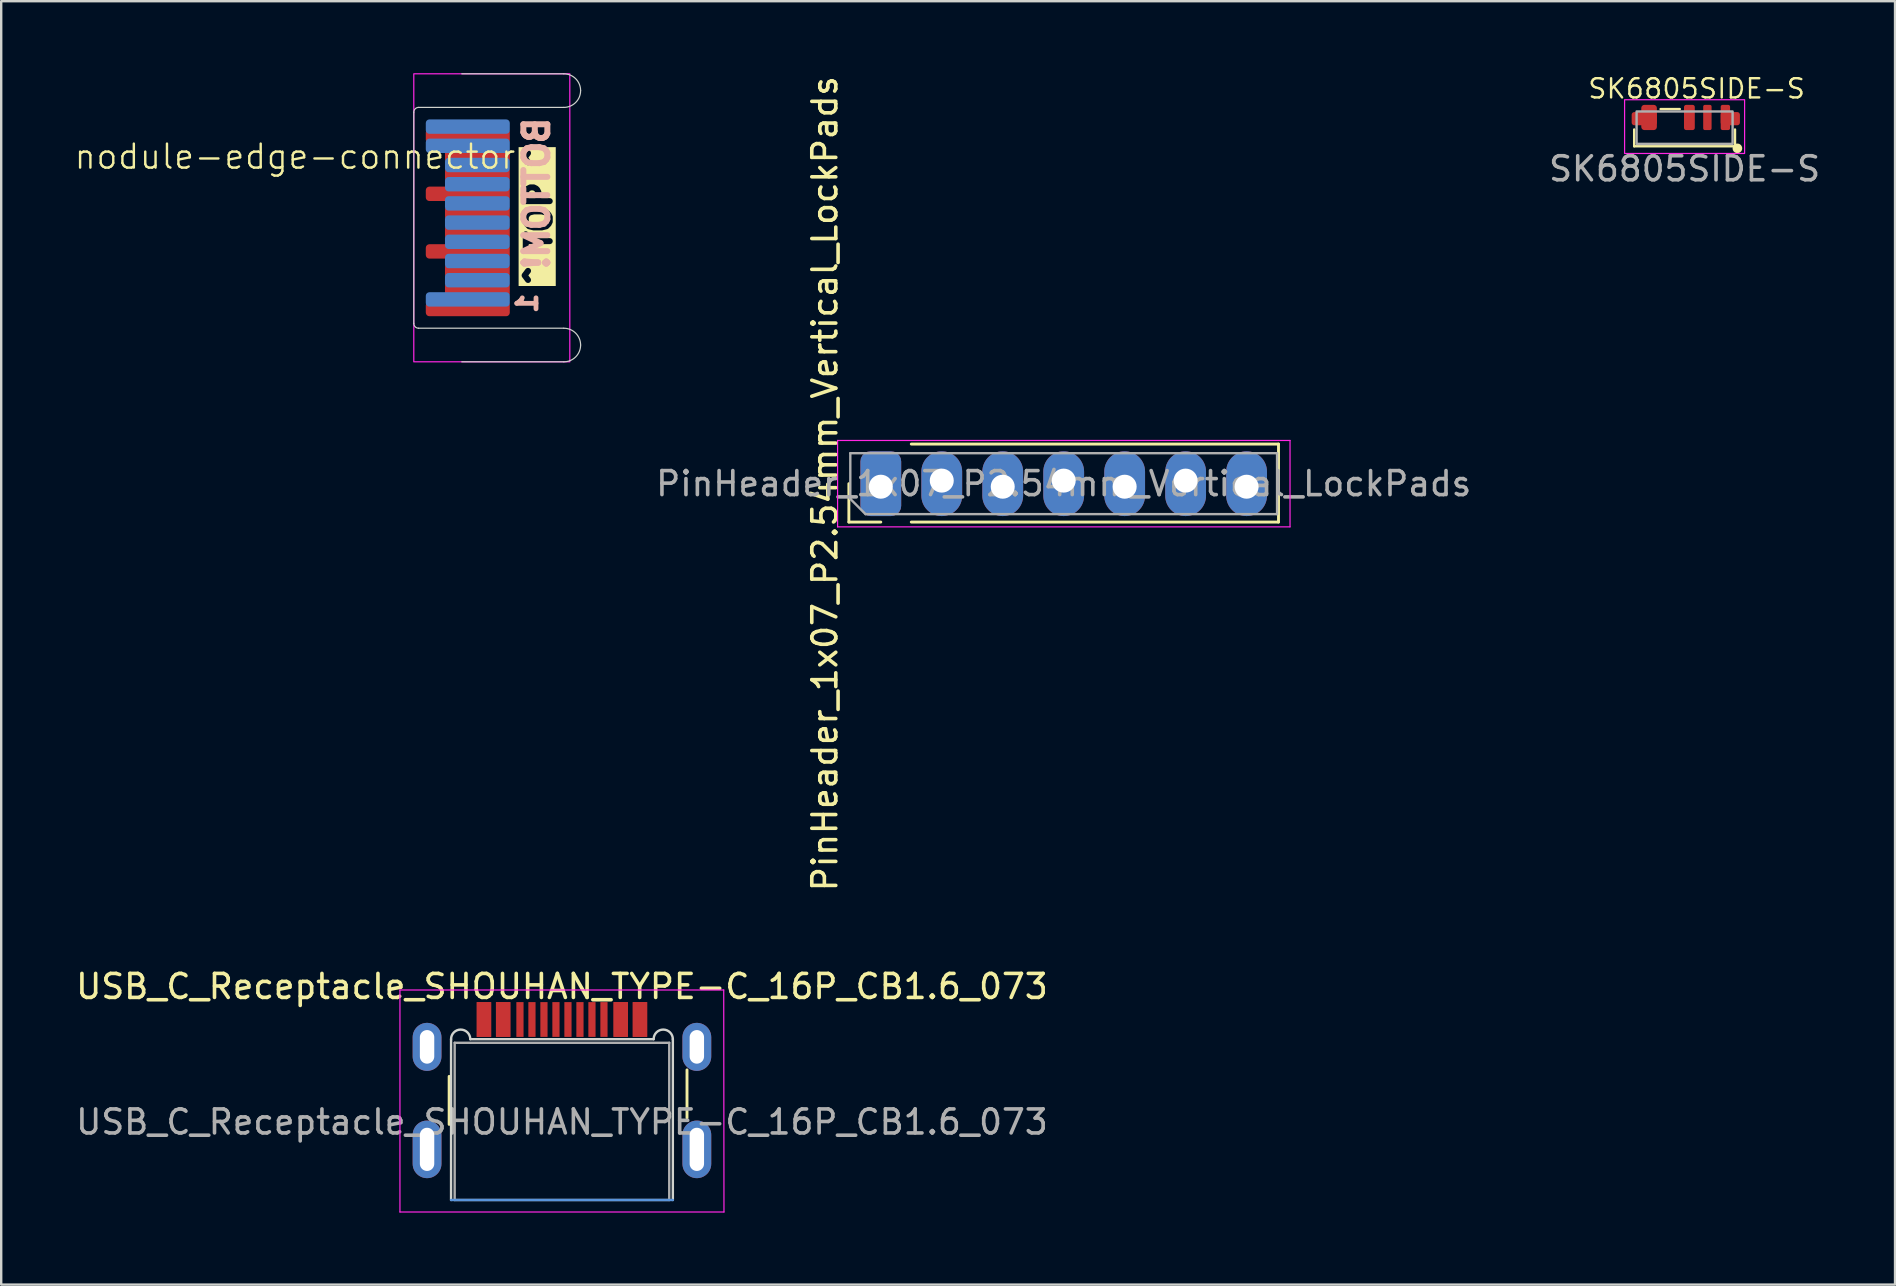
<source format=kicad_pcb>
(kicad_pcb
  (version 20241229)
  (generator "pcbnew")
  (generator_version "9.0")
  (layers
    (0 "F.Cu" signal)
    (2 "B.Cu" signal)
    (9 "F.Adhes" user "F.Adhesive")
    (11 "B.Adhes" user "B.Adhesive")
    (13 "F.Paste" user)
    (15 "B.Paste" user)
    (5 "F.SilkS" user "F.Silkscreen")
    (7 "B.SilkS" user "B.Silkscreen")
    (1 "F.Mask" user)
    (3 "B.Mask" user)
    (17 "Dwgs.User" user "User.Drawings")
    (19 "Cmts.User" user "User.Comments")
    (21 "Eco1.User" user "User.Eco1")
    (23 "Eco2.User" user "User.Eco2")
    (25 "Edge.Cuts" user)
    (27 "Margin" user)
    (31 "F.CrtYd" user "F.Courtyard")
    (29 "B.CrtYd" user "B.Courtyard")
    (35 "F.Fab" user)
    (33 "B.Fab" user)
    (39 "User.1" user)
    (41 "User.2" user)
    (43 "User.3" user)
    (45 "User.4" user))
  (footprint "PinHeader_1x07_P2.54mm_Vertical_LockPads"
    (layer "F.Cu")
    (at 41.267 17.101)
    (property "Reference" "PinHeader_1x07_P2.54mm_Vertical_LockPads" (at -9.95 0 90) (layer "F.SilkS") (effects (font (size 1 1) (thickness 0.15))))
    (attr through_hole)
    (fp_line (start -8.95 1.6) (end -8.95 0) (stroke (width 0.12) (type solid)) (layer "F.SilkS"))
    (fp_line (start -7.62 1.6) (end -8.95 1.6) (stroke (width 0.12) (type solid)) (layer "F.SilkS"))
    (fp_line (start -6.35 -1.65) (end 8.95 -1.65) (stroke (width 0.12) (type solid)) (layer "F.SilkS"))
    (fp_line (start -6.35 1.6) (end 8.95 1.6) (stroke (width 0.12) (type solid)) (layer "F.SilkS"))
    (fp_line (start 8.95 1.6) (end 8.95 -1.65) (stroke (width 0.12) (type solid)) (layer "F.SilkS"))
    (fp_line (start -9.42 -1.8) (end -9.42 1.8) (stroke (width 0.05) (type solid)) (layer "F.CrtYd"))
    (fp_line (start -9.42 1.8) (end 9.43 1.8) (stroke (width 0.05) (type solid)) (layer "F.CrtYd"))
    (fp_line (start 9.43 -1.8) (end -9.42 -1.8) (stroke (width 0.05) (type solid)) (layer "F.CrtYd"))
    (fp_line (start 9.43 1.8) (end 9.43 -1.8) (stroke (width 0.05) (type solid)) (layer "F.CrtYd"))
    (fp_line (start -8.89 -1.27) (end 8.89 -1.27) (stroke (width 0.1) (type solid)) (layer "F.Fab"))
    (fp_line (start -8.89 0.635) (end -8.89 -1.27) (stroke (width 0.1) (type solid)) (layer "F.Fab"))
    (fp_line (start -8.255 1.27) (end -8.89 0.635) (stroke (width 0.1) (type solid)) (layer "F.Fab"))
    (fp_line (start 8.89 -1.27) (end 8.89 1.27) (stroke (width 0.1) (type solid)) (layer "F.Fab"))
    (fp_line (start 8.89 1.27) (end -8.255 1.27) (stroke (width 0.1) (type solid)) (layer "F.Fab"))
    (fp_text user "${REFERENCE}" (at 0 0 180) (layer "F.Fab") (effects (font (size 1 1) (thickness 0.15))))
    (pad "1" thru_hole roundrect (at -7.62 0.127 90) (size 2.7 1.7) (drill 1 (offset 0.127 0)) (layers "*.Cu" "*.Mask") (roundrect_rratio 0.25))
    (pad "2" thru_hole oval (at -5.08 -0.127 270) (size 2.7 1.7) (drill 1 (offset 0.127 0)) (layers "*.Cu" "*.Mask"))
    (pad "3" thru_hole oval (at -2.54 0.127 90) (size 2.7 1.7) (drill 1 (offset 0.127 0)) (layers "*.Cu" "*.Mask"))
    (pad "4" thru_hole oval (at 0 -0.127 270) (size 2.7 1.7) (drill 1 (offset 0.127 0)) (layers "*.Cu" "*.Mask"))
    (pad "5" thru_hole oval (at 2.54 0.127 90) (size 2.7 1.7) (drill 1 (offset 0.127 0)) (layers "*.Cu" "*.Mask"))
    (pad "6" thru_hole oval (at 5.08 -0.127 270) (size 2.7 1.7) (drill 1 (offset 0.127 0)) (layers "*.Cu" "*.Mask"))
    (pad "7" thru_hole oval (at 7.62 0.127 90) (size 2.7 1.7) (drill 1 (offset 0.127 0)) (layers "*.Cu" "*.Mask")))
  (footprint "nodule-edge-connector"
    (layer "F.Cu")
    (at 14.19 6.025)
    (property "Reference" "nodule-edge-connector" (at -4.95 -2.55 0) (unlocked yes) (layer "F.SilkS") (effects (font (size 1 1) (thickness 0.1))))
    (attr exclude_from_pos_files exclude_from_bom)
    (fp_line (start 0 4.4) (end 0 -4.4) (stroke (width 0.05) (type solid)) (layer "Edge.Cuts"))
    (fp_line (start 6.25 -6) (end 2 -6) (stroke (width 0.05) (type solid)) (layer "Edge.Cuts"))
    (fp_line (start 6.25 -4.6) (end 0.2 -4.6) (stroke (width 0.05) (type solid)) (layer "Edge.Cuts"))
    (fp_line (start 6.25 4.6) (end 0.2 4.6) (stroke (width 0.05) (type solid)) (layer "Edge.Cuts"))
    (fp_line (start 6.25 6) (end 2 6) (stroke (width 0.05) (type solid)) (layer "Edge.Cuts"))
    (fp_arc (start 0 -4.4) (mid 0.058579 -4.541421) (end 0.2 -4.6) (stroke (width 0.05) (type default)) (layer "Edge.Cuts"))
    (fp_arc (start 0.2 4.6) (mid 0.058579 4.541421) (end 0 4.4) (stroke (width 0.05) (type default)) (layer "Edge.Cuts"))
    (fp_arc (start 6.25 -6) (mid 6.744975 -5.794975) (end 6.95 -5.3) (stroke (width 0.05) (type default)) (layer "Edge.Cuts"))
    (fp_arc (start 6.25 4.6) (mid 6.744975 4.805025) (end 6.95 5.3) (stroke (width 0.05) (type default)) (layer "Edge.Cuts"))
    (fp_arc (start 6.95 -5.3) (mid 6.744975 -4.805025) (end 6.25 -4.6) (stroke (width 0.05) (type default)) (layer "Edge.Cuts"))
    (fp_arc (start 6.95 5.3) (mid 6.744975 5.794975) (end 6.25 6) (stroke (width 0.05) (type default)) (layer "Edge.Cuts"))
    (fp_rect (start 0 -6) (end 6.5 6) (stroke (width 0.05) (type default)) (fill no) (layer "F.CrtYd"))
    (fp_text user "^ TOP ^" (at 5.8 2.85 90) (unlocked yes) (layer "F.SilkS" knockout) (effects (font (size 1 1) (thickness 0.25) (bold yes)) (justify left bottom)))
    (fp_text user "BOTTOM!" (at 5.7 -4.3 90) (unlocked yes) (layer "B.SilkS") (effects (font (size 1 1) (thickness 0.25) (bold yes)) (justify left bottom mirror)))
    (fp_text user "1" (at 5.2 3.05 90) (unlocked yes) (layer "B.SilkS") (effects (font (size 0.8 0.8) (thickness 0.2) (bold yes)) (justify left bottom mirror)))
    (pad "1" smd roundrect (at 2.25 3.4) (size 3.5 0.6) (layers "B.Cu" "B.Mask") (roundrect_rratio 0.25))
    (pad "2" smd roundrect (at 2.65 2.6) (size 2.7 0.6) (layers "B.Cu" "B.Mask") (roundrect_rratio 0.25))
    (pad "3" smd roundrect (at 2.65 1.8) (size 2.7 0.6) (layers "B.Cu" "B.Mask") (roundrect_rratio 0.25))
    (pad "4" smd roundrect (at 2.65 1) (size 2.7 0.6) (layers "B.Cu" "B.Mask") (roundrect_rratio 0.25))
    (pad "5" smd roundrect (at 2.65 0.2) (size 2.7 0.6) (layers "B.Cu" "B.Mask") (roundrect_rratio 0.25))
    (pad "6" smd roundrect (at 2.65 -0.6) (size 2.7 0.6) (layers "B.Cu" "B.Mask") (roundrect_rratio 0.25))
    (pad "7" smd roundrect (at 2.65 -1.4) (size 2.7 0.6) (layers "B.Cu" "B.Mask") (roundrect_rratio 0.25))
    (pad "8" smd roundrect (at 2.65 -2.2) (size 2.7 0.6) (layers "B.Cu" "B.Mask") (roundrect_rratio 0.25))
    (pad "9" smd roundrect (at 2.25 -3) (size 3.5 0.6) (layers "B.Cu" "B.Mask") (roundrect_rratio 0.25))
    (pad "10" smd roundrect (at 2.25 -3.8) (size 3.5 0.6) (layers "B.Cu" "B.Mask") (roundrect_rratio 0.25))
    (pad "11" smd roundrect (at 2.25 -3.4 180) (size 3.5 0.6) (layers "F.Cu" "F.Mask") (roundrect_rratio 0.25))
    (pad "12" smd roundrect (at 2.65 -2.6 180) (size 2.7 0.6) (layers "F.Cu" "F.Mask") (roundrect_rratio 0.25))
    (pad "13" smd roundrect (at 2.65 -1.8 180) (size 2.7 0.6) (layers "F.Cu" "F.Mask") (roundrect_rratio 0.25))
    (pad "14" smd roundrect (at 2.25 -1 180) (size 3.5 0.6) (layers "F.Cu" "F.Mask") (roundrect_rratio 0.25))
    (pad "15" smd roundrect (at 2.65 -0.2 180) (size 2.7 0.6) (layers "F.Cu" "F.Mask") (roundrect_rratio 0.25))
    (pad "16" smd roundrect (at 2.65 0.6 180) (size 2.7 0.6) (layers "F.Cu" "F.Mask") (roundrect_rratio 0.25))
    (pad "17" smd roundrect (at 2.25 1.4 180) (size 3.5 0.6) (layers "F.Cu" "F.Mask") (roundrect_rratio 0.25))
    (pad "18" smd roundrect (at 2.65 2.2 180) (size 2.7 0.6) (layers "F.Cu" "F.Mask") (roundrect_rratio 0.25))
    (pad "19" smd roundrect (at 2.65 3 180) (size 2.7 0.6) (layers "F.Cu" "F.Mask") (roundrect_rratio 0.25))
    (pad "20" smd roundrect (at 2.25 3.8 180) (size 3.5 0.6) (layers "F.Cu" "F.Mask") (roundrect_rratio 0.25)))
  (footprint "SK6805SIDE-S"
    (layer "F.Cu")
    (at 67.136 2.344)
    (property "Reference" "SK6805SIDE-S" (at 0.5 -1.7 0) (unlocked yes) (layer "F.SilkS") (effects (font (size 0.8 0.8) (thickness 0.1))))
    (attr smd)
    (fp_line (start -2.1 0) (end -2.1 0.7) (stroke (width 0.1) (type default)) (layer "F.SilkS"))
    (fp_line (start -2.1 0.7) (end 2.1 0.7) (stroke (width 0.1) (type default)) (layer "F.SilkS"))
    (fp_line (start -1 -0.85) (end -0.2 -0.85) (stroke (width 0.1) (type default)) (layer "F.SilkS"))
    (fp_line (start 2.1 0) (end 2.1 0.7) (stroke (width 0.1) (type default)) (layer "F.SilkS"))
    (fp_circle (center 2.2 0.787) (end 2.35 0.787) (stroke (width 0.1) (type solid)) (fill yes) (layer "F.SilkS"))
    (fp_rect (start -2.5 -1.24) (end 2.5 1) (stroke (width 0.05) (type default)) (fill no) (layer "F.CrtYd"))
    (fp_rect (start -2 -0.75) (end 2 0.6) (stroke (width 0.1) (type default)) (fill no) (layer "F.Fab"))
    (fp_text user "${REFERENCE}" (at 0 1.64 0) (unlocked yes) (layer "F.Fab") (effects (font (size 1 1) (thickness 0.15))))
    (pad "1" smd roundrect (at -1.68 -0.45 90) (size 0.55 1.05) (layers "F.Cu" "F.Mask" "F.Paste") (roundrect_rratio 0.2))
    (pad "1" smd roundrect (at -1.48 -0.5) (size 0.65 1.05) (layers "F.Cu" "F.Mask" "F.Paste") (roundrect_rratio 0.2))
    (pad "2" smd roundrect (at 0.2 -0.5) (size 0.45 1.05) (layers "F.Cu" "F.Mask" "F.Paste") (roundrect_rratio 0.2))
    (pad "3" smd roundrect (at 0.95 -0.5) (size 0.35 1.05) (layers "F.Cu" "F.Mask" "F.Paste") (roundrect_rratio 0.2))
    (pad "4" smd roundrect (at 1.7 -0.5) (size 0.39 1.05) (layers "F.Cu" "F.Mask" "F.Paste") (roundrect_rratio 0.2))
    (pad "4" smd roundrect (at 1.905 -0.45 90) (size 0.55 0.8) (layers "F.Cu" "F.Mask" "F.Paste") (roundrect_rratio 0.2)))
  (footprint "USB_C_Receptacle_SHOUHAN_TYPE-C_16P_CB1.6_073"
    (layer "F.Cu")
    (at 20.363 43.696)
    (property "Reference" "USB_C_Receptacle_SHOUHAN_TYPE-C_16P_CB1.6_073" (at 0 -5.645 0) (layer "F.SilkS") (effects (font (size 1 1) (thickness 0.15))))
    (attr smd)
    (fp_line (start -4.7 -1.9) (end -4.7 0.1) (stroke (width 0.12) (type solid)) (layer "F.SilkS"))
    (fp_line (start 5.21 -2.17) (end 5.21 -0.17) (stroke (width 0.12) (type solid)) (layer "F.SilkS"))
    (fp_line (start -4.62 3.25) (end 4.62 3.25) (stroke (width 0.1) (type default)) (layer "Cmts.User"))
    (fp_line (start -4.62 3.25) (end -4.62 -3.45) (stroke (width 0.1) (type default)) (layer "Edge.Cuts"))
    (fp_line (start 3.82 -3.45) (end -3.82 -3.45) (stroke (width 0.1) (type default)) (layer "Edge.Cuts"))
    (fp_line (start 4.62 3.25) (end 4.62 -3.45) (stroke (width 0.1) (type default)) (layer "Edge.Cuts"))
    (fp_arc (start -4.62 -3.45) (mid -4.22 -3.85) (end -3.82 -3.45) (stroke (width 0.1) (type default)) (layer "Edge.Cuts"))
    (fp_arc (start 3.82 -3.45) (mid 4.22 -3.85) (end 4.62 -3.45) (stroke (width 0.1) (type default)) (layer "Edge.Cuts"))
    (fp_line (start -6.75 -5.5) (end -6.75 3.75) (stroke (width 0.05) (type solid)) (layer "F.CrtYd"))
    (fp_line (start -6.75 -5.5) (end 6.74 -5.5) (stroke (width 0.05) (type solid)) (layer "F.CrtYd"))
    (fp_line (start -6.75 3.75) (end 6.75 3.75) (stroke (width 0.05) (type solid)) (layer "F.CrtYd"))
    (fp_line (start 6.74 -5.5) (end 6.75 3.75) (stroke (width 0.05) (type solid)) (layer "F.CrtYd"))
    (fp_line (start -4.47 -3.3) (end -4.47 3.25) (stroke (width 0.1) (type solid)) (layer "F.Fab"))
    (fp_line (start -4.47 -3.3) (end 4.47 -3.3) (stroke (width 0.1) (type solid)) (layer "F.Fab"))
    (fp_line (start -4.47 3.25) (end 4.47 3.25) (stroke (width 0.1) (type solid)) (layer "F.Fab"))
    (fp_line (start 4.47 -3.3) (end 4.47 3.25) (stroke (width 0.1) (type solid)) (layer "F.Fab"))
    (fp_text user "${REFERENCE}" (at 0 0 0) (layer "F.Fab") (effects (font (size 1 1) (thickness 0.15))))
    (pad "A1" smd rect (at -3.25 -4.27) (size 0.6 1.45) (layers "F.Cu" "F.Mask" "F.Paste"))
    (pad "A4" smd rect (at -2.45 -4.27) (size 0.6 1.45) (layers "F.Cu" "F.Mask" "F.Paste"))
    (pad "A5" smd rect (at -1.25 -4.27) (size 0.3 1.45) (layers "F.Cu" "F.Mask" "F.Paste"))
    (pad "A6" smd rect (at -0.25 -4.27) (size 0.3 1.45) (layers "F.Cu" "F.Mask" "F.Paste"))
    (pad "A7" smd rect (at 0.25 -4.27) (size 0.3 1.45) (layers "F.Cu" "F.Mask" "F.Paste"))
    (pad "A8" smd rect (at 1.25 -4.27) (size 0.3 1.45) (layers "F.Cu" "F.Mask" "F.Paste"))
    (pad "A9" smd rect (at 2.45 -4.27) (size 0.6 1.45) (layers "F.Cu" "F.Mask" "F.Paste"))
    (pad "A12" smd rect (at 3.25 -4.27) (size 0.6 1.45) (layers "F.Cu" "F.Mask" "F.Paste"))
    (pad "B1" smd rect (at 3.25 -4.27) (size 0.6 1.45) (layers "F.Cu" "F.Mask" "F.Paste"))
    (pad "B4" smd rect (at 2.45 -4.27) (size 0.6 1.45) (layers "F.Cu" "F.Mask" "F.Paste"))
    (pad "B5" smd rect (at 1.75 -4.27) (size 0.3 1.45) (layers "F.Cu" "F.Mask" "F.Paste"))
    (pad "B6" smd rect (at 0.75 -4.27) (size 0.3 1.45) (layers "F.Cu" "F.Mask" "F.Paste"))
    (pad "B7" smd rect (at -0.75 -4.27) (size 0.3 1.45) (layers "F.Cu" "F.Mask" "F.Paste"))
    (pad "B8" smd rect (at -1.75 -4.27) (size 0.3 1.45) (layers "F.Cu" "F.Mask" "F.Paste"))
    (pad "B9" smd rect (at -2.45 -4.27) (size 0.6 1.45) (layers "F.Cu" "F.Mask" "F.Paste"))
    (pad "B12" smd rect (at -3.25 -4.27) (size 0.6 1.45) (layers "F.Cu" "F.Mask" "F.Paste"))
    (pad "S1" thru_hole oval (at -5.62 -3.13) (size 1.2 2) (drill oval 0.6 1.4) (layers "*.Cu" "*.Mask"))
    (pad "S1" thru_hole oval (at -5.62 1.14) (size 1.2 2.4) (drill oval 0.6 1.8) (layers "*.Cu" "*.Mask"))
    (pad "S1" thru_hole oval (at 5.62 -3.13) (size 1.2 2) (drill oval 0.6 1.4) (layers "*.Cu" "*.Mask"))
    (pad "S1" thru_hole oval (at 5.62 1.14) (size 1.2 2.4) (drill oval 0.6 1.8) (layers "*.Cu" "*.Mask")))
  (gr_rect
    (start -3 -3)
    (end 75.904 50.471)
    (stroke (width 0.1) (type default))
    (fill no)
    (layer "Edge.Cuts")))
</source>
